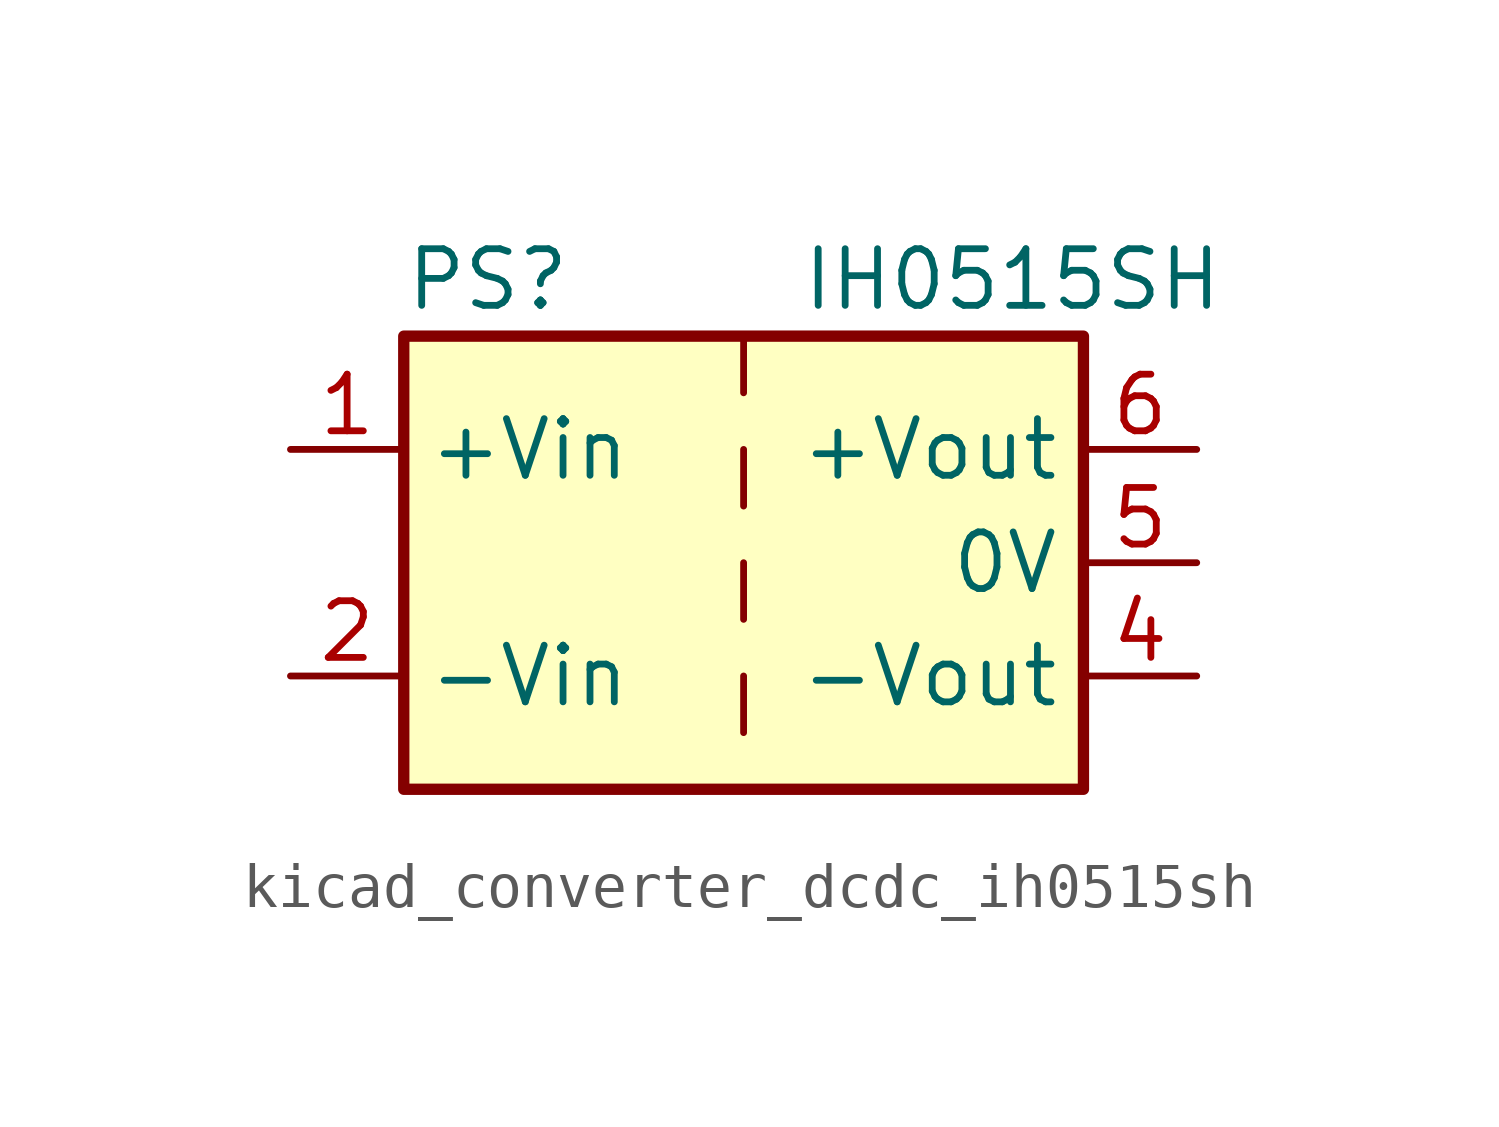
<source format=kicad_sym>
(kicad_symbol_lib
  (version 20220914)
  (generator kicad_symbol_editor)
  (symbol "kicad_converter_dcdc_ih0515sh"
    (property "Reference" "PS"
      (at -7.62 6.35 0)
      (effects (font (size 1.27 1.27)) (justify left)))
    (property "Value" "IH0515SH"
      (at 1.27 6.35 0)
      (effects (font (size 1.27 1.27)) (justify left)))
    (symbol "kicad_converter_dcdc_ih0515sh_0_0"
      (pin power_in line (at -10.16 2.54 0) (length 2.54) (name "+Vin" (effects (font (size 1.27 1.27)))) (number "1" (effects (font (size 1.27 1.27)))))
      (pin power_in line (at -10.16 -2.54 0) (length 2.54) (name "-Vin" (effects (font (size 1.27 1.27)))) (number "2" (effects (font (size 1.27 1.27)))))
      (pin power_out line (at 10.16 -2.54 180) (length 2.54) (name "-Vout" (effects (font (size 1.27 1.27)))) (number "4" (effects (font (size 1.27 1.27)))))
      (pin power_out line (at 10.16 0 180) (length 2.54) (name "0V" (effects (font (size 1.27 1.27)))) (number "5" (effects (font (size 1.27 1.27)))))
      (pin power_out line (at 10.16 2.54 180) (length 2.54) (name "+Vout" (effects (font (size 1.27 1.27)))) (number "6" (effects (font (size 1.27 1.27))))))
    (symbol "kicad_converter_dcdc_ih0515sh_0_1"
      (rectangle (start -7.62 5.08) (end 7.62 -5.08) (stroke (width 0.254) (type default)) (fill (type background)))
      (polyline (pts (xy 0 -2.54) (xy 0 -3.81)) (stroke (width 0) (type default)) (fill (type none)))
      (polyline (pts (xy 0 0) (xy 0 -1.27)) (stroke (width 0) (type default)) (fill (type none)))
      (polyline (pts (xy 0 2.54) (xy 0 1.27)) (stroke (width 0) (type default)) (fill (type none)))
      (polyline (pts (xy 0 5.08) (xy 0 3.81)) (stroke (width 0) (type default)) (fill (type none))))))
</source>
